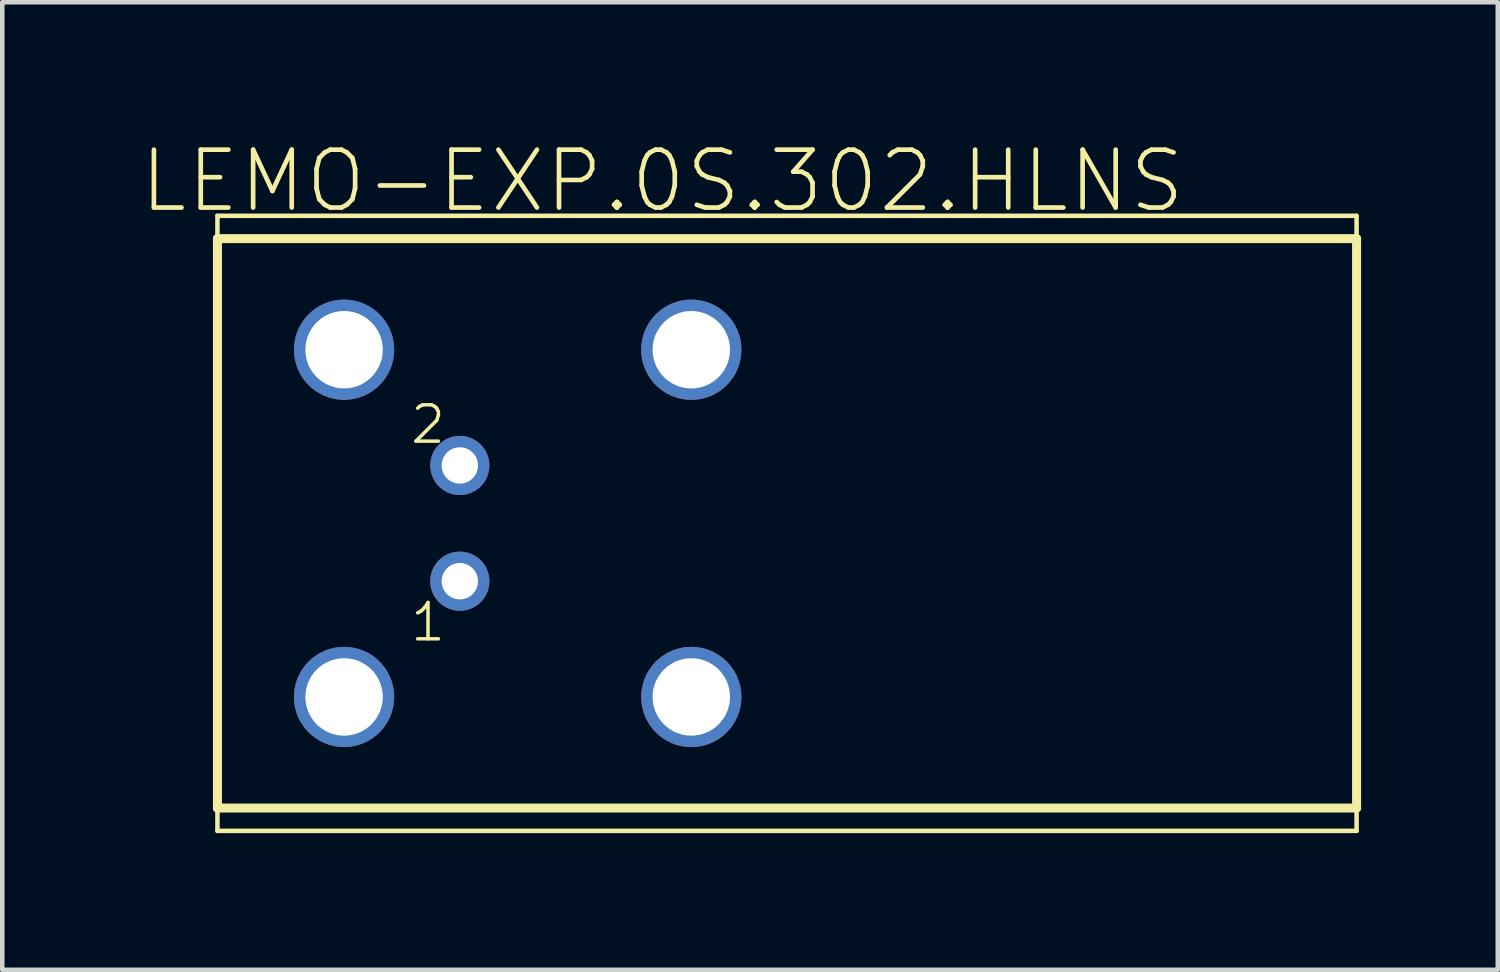
<source format=kicad_pcb>
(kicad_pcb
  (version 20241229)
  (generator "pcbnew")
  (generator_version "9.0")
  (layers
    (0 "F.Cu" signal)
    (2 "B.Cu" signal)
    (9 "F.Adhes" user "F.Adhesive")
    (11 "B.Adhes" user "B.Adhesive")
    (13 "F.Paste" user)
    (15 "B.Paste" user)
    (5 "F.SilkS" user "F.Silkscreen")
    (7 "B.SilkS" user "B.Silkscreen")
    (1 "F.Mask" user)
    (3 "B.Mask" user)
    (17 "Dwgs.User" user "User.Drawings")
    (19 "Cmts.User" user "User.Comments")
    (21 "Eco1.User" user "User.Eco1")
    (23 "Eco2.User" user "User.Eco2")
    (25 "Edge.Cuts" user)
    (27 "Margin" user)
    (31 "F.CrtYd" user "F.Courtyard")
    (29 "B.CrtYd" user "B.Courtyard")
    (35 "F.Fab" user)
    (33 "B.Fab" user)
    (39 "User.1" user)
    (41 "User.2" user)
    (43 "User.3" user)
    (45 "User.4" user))
  (footprint "LEMO-EXP.0S.302.HLNS"
    (layer "F.Cu")
    (at 8.311 8.435)
    (property "Reference" "LEMO-EXP.0S.302.HLNS" (at 3.175 -7.513 0) (layer "F.SilkS") (effects (font (size 1.27 1.27) (thickness 0.102))))
    (attr exclude_from_pos_files exclude_from_bom)
    (fp_line (start -6.589 -6.749) (end -6.589 6.749) (stroke (width 0.099) (type solid)) (layer "F.SilkS"))
    (fp_line (start -6.589 -6.749) (end 18.41 -6.749) (stroke (width 0.099) (type solid)) (layer "F.SilkS"))
    (fp_line (start -6.589 -6.248) (end -6.589 6.248) (stroke (width 0.198) (type solid)) (layer "F.SilkS"))
    (fp_line (start -6.589 -6.248) (end 18.41 -6.248) (stroke (width 0.198) (type solid)) (layer "F.SilkS"))
    (fp_line (start -6.589 6.248) (end 18.41 6.248) (stroke (width 0.198) (type solid)) (layer "F.SilkS"))
    (fp_line (start -6.589 6.749) (end 18.41 6.749) (stroke (width 0.099) (type solid)) (layer "F.SilkS"))
    (fp_line (start 18.41 -6.749) (end 18.41 6.749) (stroke (width 0.099) (type solid)) (layer "F.SilkS"))
    (fp_line (start 18.41 -6.248) (end 18.41 6.248) (stroke (width 0.198) (type solid)) (layer "F.SilkS"))
    (fp_text user "1" (at -1.968 2.169 0) (layer "F.SilkS") (effects (font (size 0.798 0.798) (thickness 0.076))))
    (fp_text user "2" (at -1.968 -2.169 0) (layer "F.SilkS") (effects (font (size 0.798 0.798) (thickness 0.076))))
    (pad "1" thru_hole circle (at -1.27 1.27) (size 1.298 1.298) (drill 0.798) (layers "*.Cu" "*.Paste" "*.Mask"))
    (pad "2" thru_hole circle (at -1.27 -1.27) (size 1.298 1.298) (drill 0.798) (layers "*.Cu" "*.Paste" "*.Mask"))
    (pad "4" thru_hole circle (at -3.81 3.81) (size 2.2 2.2) (drill 1.699) (layers "*.Cu" "*.Paste" "*.Mask"))
    (pad "5" thru_hole circle (at 3.81 3.81) (size 2.2 2.2) (drill 1.699) (layers "*.Cu" "*.Paste" "*.Mask"))
    (pad "6" thru_hole circle (at 3.81 -3.81) (size 2.2 2.2) (drill 1.699) (layers "*.Cu" "*.Paste" "*.Mask"))
    (pad "7" thru_hole circle (at -3.81 -3.81) (size 2.2 2.2) (drill 1.699) (layers "*.Cu" "*.Paste" "*.Mask")))
  (gr_rect
    (start -3 -3)
    (end 29.82 18.233)
    (stroke (width 0.1) (type default))
    (fill no)
    (layer "Edge.Cuts")))
</source>
